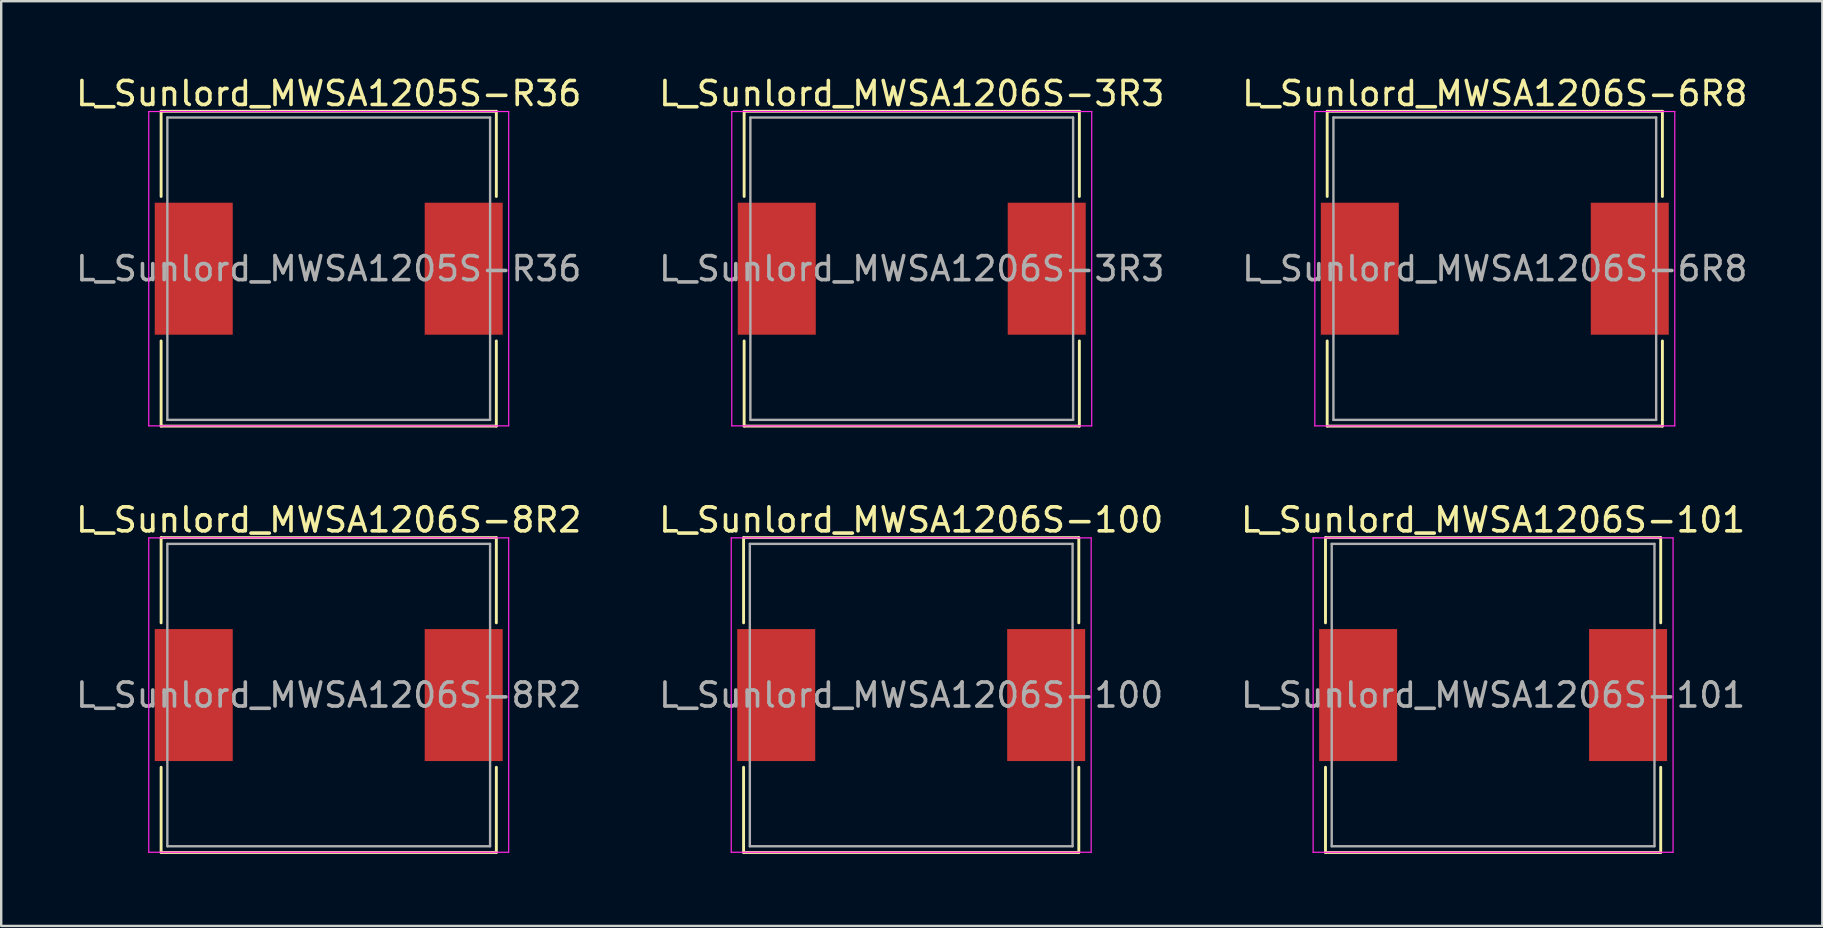
<source format=kicad_pcb>
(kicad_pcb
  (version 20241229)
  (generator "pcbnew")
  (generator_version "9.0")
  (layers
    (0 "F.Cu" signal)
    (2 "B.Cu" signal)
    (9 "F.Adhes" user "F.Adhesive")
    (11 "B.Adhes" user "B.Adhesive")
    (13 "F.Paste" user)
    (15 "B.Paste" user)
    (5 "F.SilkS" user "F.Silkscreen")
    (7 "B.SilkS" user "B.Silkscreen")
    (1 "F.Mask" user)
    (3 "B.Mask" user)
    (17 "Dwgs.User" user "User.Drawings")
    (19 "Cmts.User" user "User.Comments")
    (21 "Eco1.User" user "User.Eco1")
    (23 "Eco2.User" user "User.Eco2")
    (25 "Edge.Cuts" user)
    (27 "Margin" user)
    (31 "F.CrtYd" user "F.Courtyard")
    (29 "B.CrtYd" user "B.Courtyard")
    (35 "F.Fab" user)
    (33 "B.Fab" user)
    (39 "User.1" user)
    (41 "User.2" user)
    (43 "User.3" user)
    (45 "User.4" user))
  (footprint "L_Sunlord_MWSA1206S-3R3"
    (layer "F.Cu")
    (at 34.946 8.148)
    (property "Reference" "L_Sunlord_MWSA1206S-3R3" (at 0 -7.3 0) (layer "F.SilkS") (effects (font (size 1 1) (thickness 0.15))))
    (attr smd)
    (fp_line (start -6.985 -6.56) (end -6.985 -3.01) (stroke (width 0.12) (type solid)) (layer "F.SilkS"))
    (fp_line (start -6.985 -6.56) (end 6.985 -6.56) (stroke (width 0.12) (type solid)) (layer "F.SilkS"))
    (fp_line (start -6.985 6.56) (end -6.985 3.01) (stroke (width 0.12) (type solid)) (layer "F.SilkS"))
    (fp_line (start -6.985 6.56) (end 6.985 6.56) (stroke (width 0.12) (type solid)) (layer "F.SilkS"))
    (fp_line (start 6.985 -6.56) (end 6.985 -3.01) (stroke (width 0.12) (type solid)) (layer "F.SilkS"))
    (fp_line (start 6.985 6.56) (end 6.985 3.01) (stroke (width 0.12) (type solid)) (layer "F.SilkS"))
    (fp_line (start -7.5 -6.55) (end -7.5 6.55) (stroke (width 0.05) (type solid)) (layer "F.CrtYd"))
    (fp_line (start -7.5 6.55) (end 7.5 6.55) (stroke (width 0.05) (type solid)) (layer "F.CrtYd"))
    (fp_line (start 7.5 -6.55) (end -7.5 -6.55) (stroke (width 0.05) (type solid)) (layer "F.CrtYd"))
    (fp_line (start 7.5 6.55) (end 7.5 -6.55) (stroke (width 0.05) (type solid)) (layer "F.CrtYd"))
    (fp_line (start -6.725 -6.3) (end -6.725 6.3) (stroke (width 0.1) (type solid)) (layer "F.Fab"))
    (fp_line (start -6.725 6.3) (end 6.725 6.3) (stroke (width 0.1) (type solid)) (layer "F.Fab"))
    (fp_line (start 6.725 -6.3) (end -6.725 -6.3) (stroke (width 0.1) (type solid)) (layer "F.Fab"))
    (fp_line (start 6.725 6.3) (end 6.725 -6.3) (stroke (width 0.1) (type solid)) (layer "F.Fab"))
    (fp_text user "${REFERENCE}" (at 0 0 0) (layer "F.Fab") (effects (font (size 1 1) (thickness 0.15))))
    (pad "1" smd rect (at -5.625 0) (size 3.25 5.5) (layers "F.Cu" "F.Mask" "F.Paste"))
    (pad "2" smd rect (at 5.625 0) (size 3.25 5.5) (layers "F.Cu" "F.Mask" "F.Paste")))
  (footprint "L_Sunlord_MWSA1206S-6R8"
    (layer "F.Cu")
    (at 59.244 8.148)
    (property "Reference" "L_Sunlord_MWSA1206S-6R8" (at 0 -7.3 0) (layer "F.SilkS") (effects (font (size 1 1) (thickness 0.15))))
    (attr smd)
    (fp_line (start -6.985 -6.56) (end -6.985 -3.01) (stroke (width 0.12) (type solid)) (layer "F.SilkS"))
    (fp_line (start -6.985 -6.56) (end 6.985 -6.56) (stroke (width 0.12) (type solid)) (layer "F.SilkS"))
    (fp_line (start -6.985 6.56) (end -6.985 3.01) (stroke (width 0.12) (type solid)) (layer "F.SilkS"))
    (fp_line (start -6.985 6.56) (end 6.985 6.56) (stroke (width 0.12) (type solid)) (layer "F.SilkS"))
    (fp_line (start 6.985 -6.56) (end 6.985 -3.01) (stroke (width 0.12) (type solid)) (layer "F.SilkS"))
    (fp_line (start 6.985 6.56) (end 6.985 3.01) (stroke (width 0.12) (type solid)) (layer "F.SilkS"))
    (fp_line (start -7.5 -6.55) (end -7.5 6.55) (stroke (width 0.05) (type solid)) (layer "F.CrtYd"))
    (fp_line (start -7.5 6.55) (end 7.5 6.55) (stroke (width 0.05) (type solid)) (layer "F.CrtYd"))
    (fp_line (start 7.5 -6.55) (end -7.5 -6.55) (stroke (width 0.05) (type solid)) (layer "F.CrtYd"))
    (fp_line (start 7.5 6.55) (end 7.5 -6.55) (stroke (width 0.05) (type solid)) (layer "F.CrtYd"))
    (fp_line (start -6.725 -6.3) (end -6.725 6.3) (stroke (width 0.1) (type solid)) (layer "F.Fab"))
    (fp_line (start -6.725 6.3) (end 6.725 6.3) (stroke (width 0.1) (type solid)) (layer "F.Fab"))
    (fp_line (start 6.725 -6.3) (end -6.725 -6.3) (stroke (width 0.1) (type solid)) (layer "F.Fab"))
    (fp_line (start 6.725 6.3) (end 6.725 -6.3) (stroke (width 0.1) (type solid)) (layer "F.Fab"))
    (fp_text user "${REFERENCE}" (at 0 0 0) (layer "F.Fab") (effects (font (size 1 1) (thickness 0.15))))
    (pad "1" smd rect (at -5.625 0) (size 3.25 5.5) (layers "F.Cu" "F.Mask" "F.Paste"))
    (pad "2" smd rect (at 5.625 0) (size 3.25 5.5) (layers "F.Cu" "F.Mask" "F.Paste")))
  (footprint "L_Sunlord_MWSA1206S-101"
    (layer "F.Cu")
    (at 59.173 25.916)
    (property "Reference" "L_Sunlord_MWSA1206S-101" (at 0 -7.3 0) (layer "F.SilkS") (effects (font (size 1 1) (thickness 0.15))))
    (attr smd)
    (fp_line (start -6.985 -6.56) (end -6.985 -3.01) (stroke (width 0.12) (type solid)) (layer "F.SilkS"))
    (fp_line (start -6.985 -6.56) (end 6.985 -6.56) (stroke (width 0.12) (type solid)) (layer "F.SilkS"))
    (fp_line (start -6.985 6.56) (end -6.985 3.01) (stroke (width 0.12) (type solid)) (layer "F.SilkS"))
    (fp_line (start -6.985 6.56) (end 6.985 6.56) (stroke (width 0.12) (type solid)) (layer "F.SilkS"))
    (fp_line (start 6.985 -6.56) (end 6.985 -3.01) (stroke (width 0.12) (type solid)) (layer "F.SilkS"))
    (fp_line (start 6.985 6.56) (end 6.985 3.01) (stroke (width 0.12) (type solid)) (layer "F.SilkS"))
    (fp_line (start -7.5 -6.55) (end -7.5 6.55) (stroke (width 0.05) (type solid)) (layer "F.CrtYd"))
    (fp_line (start -7.5 6.55) (end 7.5 6.55) (stroke (width 0.05) (type solid)) (layer "F.CrtYd"))
    (fp_line (start 7.5 -6.55) (end -7.5 -6.55) (stroke (width 0.05) (type solid)) (layer "F.CrtYd"))
    (fp_line (start 7.5 6.55) (end 7.5 -6.55) (stroke (width 0.05) (type solid)) (layer "F.CrtYd"))
    (fp_line (start -6.725 -6.3) (end -6.725 6.3) (stroke (width 0.1) (type solid)) (layer "F.Fab"))
    (fp_line (start -6.725 6.3) (end 6.725 6.3) (stroke (width 0.1) (type solid)) (layer "F.Fab"))
    (fp_line (start 6.725 -6.3) (end -6.725 -6.3) (stroke (width 0.1) (type solid)) (layer "F.Fab"))
    (fp_line (start 6.725 6.3) (end 6.725 -6.3) (stroke (width 0.1) (type solid)) (layer "F.Fab"))
    (fp_text user "${REFERENCE}" (at 0 0 0) (layer "F.Fab") (effects (font (size 1 1) (thickness 0.15))))
    (pad "1" smd rect (at -5.625 0) (size 3.25 5.5) (layers "F.Cu" "F.Mask" "F.Paste"))
    (pad "2" smd rect (at 5.625 0) (size 3.25 5.5) (layers "F.Cu" "F.Mask" "F.Paste")))
  (footprint "L_Sunlord_MWSA1205S-R36"
    (layer "F.Cu")
    (at 10.649 8.148)
    (property "Reference" "L_Sunlord_MWSA1205S-R36" (at 0 -7.3 0) (layer "F.SilkS") (effects (font (size 1 1) (thickness 0.15))))
    (attr smd)
    (fp_line (start -6.985 -6.56) (end -6.985 -3.01) (stroke (width 0.12) (type solid)) (layer "F.SilkS"))
    (fp_line (start -6.985 -6.56) (end 6.985 -6.56) (stroke (width 0.12) (type solid)) (layer "F.SilkS"))
    (fp_line (start -6.985 6.56) (end -6.985 3.01) (stroke (width 0.12) (type solid)) (layer "F.SilkS"))
    (fp_line (start -6.985 6.56) (end 6.985 6.56) (stroke (width 0.12) (type solid)) (layer "F.SilkS"))
    (fp_line (start 6.985 -6.56) (end 6.985 -3.01) (stroke (width 0.12) (type solid)) (layer "F.SilkS"))
    (fp_line (start 6.985 6.56) (end 6.985 3.01) (stroke (width 0.12) (type solid)) (layer "F.SilkS"))
    (fp_line (start -7.5 -6.55) (end -7.5 6.55) (stroke (width 0.05) (type solid)) (layer "F.CrtYd"))
    (fp_line (start -7.5 6.55) (end 7.5 6.55) (stroke (width 0.05) (type solid)) (layer "F.CrtYd"))
    (fp_line (start 7.5 -6.55) (end -7.5 -6.55) (stroke (width 0.05) (type solid)) (layer "F.CrtYd"))
    (fp_line (start 7.5 6.55) (end 7.5 -6.55) (stroke (width 0.05) (type solid)) (layer "F.CrtYd"))
    (fp_line (start -6.725 -6.3) (end -6.725 6.3) (stroke (width 0.1) (type solid)) (layer "F.Fab"))
    (fp_line (start -6.725 6.3) (end 6.725 6.3) (stroke (width 0.1) (type solid)) (layer "F.Fab"))
    (fp_line (start 6.725 -6.3) (end -6.725 -6.3) (stroke (width 0.1) (type solid)) (layer "F.Fab"))
    (fp_line (start 6.725 6.3) (end 6.725 -6.3) (stroke (width 0.1) (type solid)) (layer "F.Fab"))
    (fp_text user "${REFERENCE}" (at 0 0 0) (layer "F.Fab") (effects (font (size 1 1) (thickness 0.15))))
    (pad "1" smd rect (at -5.625 0) (size 3.25 5.5) (layers "F.Cu" "F.Mask" "F.Paste"))
    (pad "2" smd rect (at 5.625 0) (size 3.25 5.5) (layers "F.Cu" "F.Mask" "F.Paste")))
  (footprint "L_Sunlord_MWSA1206S-100"
    (layer "F.Cu")
    (at 34.923 25.916)
    (property "Reference" "L_Sunlord_MWSA1206S-100" (at 0 -7.3 0) (layer "F.SilkS") (effects (font (size 1 1) (thickness 0.15))))
    (attr smd)
    (fp_line (start -6.985 -6.56) (end -6.985 -3.01) (stroke (width 0.12) (type solid)) (layer "F.SilkS"))
    (fp_line (start -6.985 -6.56) (end 6.985 -6.56) (stroke (width 0.12) (type solid)) (layer "F.SilkS"))
    (fp_line (start -6.985 6.56) (end -6.985 3.01) (stroke (width 0.12) (type solid)) (layer "F.SilkS"))
    (fp_line (start -6.985 6.56) (end 6.985 6.56) (stroke (width 0.12) (type solid)) (layer "F.SilkS"))
    (fp_line (start 6.985 -6.56) (end 6.985 -3.01) (stroke (width 0.12) (type solid)) (layer "F.SilkS"))
    (fp_line (start 6.985 6.56) (end 6.985 3.01) (stroke (width 0.12) (type solid)) (layer "F.SilkS"))
    (fp_line (start -7.5 -6.55) (end -7.5 6.55) (stroke (width 0.05) (type solid)) (layer "F.CrtYd"))
    (fp_line (start -7.5 6.55) (end 7.5 6.55) (stroke (width 0.05) (type solid)) (layer "F.CrtYd"))
    (fp_line (start 7.5 -6.55) (end -7.5 -6.55) (stroke (width 0.05) (type solid)) (layer "F.CrtYd"))
    (fp_line (start 7.5 6.55) (end 7.5 -6.55) (stroke (width 0.05) (type solid)) (layer "F.CrtYd"))
    (fp_line (start -6.725 -6.3) (end -6.725 6.3) (stroke (width 0.1) (type solid)) (layer "F.Fab"))
    (fp_line (start -6.725 6.3) (end 6.725 6.3) (stroke (width 0.1) (type solid)) (layer "F.Fab"))
    (fp_line (start 6.725 -6.3) (end -6.725 -6.3) (stroke (width 0.1) (type solid)) (layer "F.Fab"))
    (fp_line (start 6.725 6.3) (end 6.725 -6.3) (stroke (width 0.1) (type solid)) (layer "F.Fab"))
    (fp_text user "${REFERENCE}" (at 0 0 0) (layer "F.Fab") (effects (font (size 1 1) (thickness 0.15))))
    (pad "1" smd rect (at -5.625 0) (size 3.25 5.5) (layers "F.Cu" "F.Mask" "F.Paste"))
    (pad "2" smd rect (at 5.625 0) (size 3.25 5.5) (layers "F.Cu" "F.Mask" "F.Paste")))
  (footprint "L_Sunlord_MWSA1206S-8R2"
    (layer "F.Cu")
    (at 10.649 25.916)
    (property "Reference" "L_Sunlord_MWSA1206S-8R2" (at 0 -7.3 0) (layer "F.SilkS") (effects (font (size 1 1) (thickness 0.15))))
    (attr smd)
    (fp_line (start -6.985 -6.56) (end -6.985 -3.01) (stroke (width 0.12) (type solid)) (layer "F.SilkS"))
    (fp_line (start -6.985 -6.56) (end 6.985 -6.56) (stroke (width 0.12) (type solid)) (layer "F.SilkS"))
    (fp_line (start -6.985 6.56) (end -6.985 3.01) (stroke (width 0.12) (type solid)) (layer "F.SilkS"))
    (fp_line (start -6.985 6.56) (end 6.985 6.56) (stroke (width 0.12) (type solid)) (layer "F.SilkS"))
    (fp_line (start 6.985 -6.56) (end 6.985 -3.01) (stroke (width 0.12) (type solid)) (layer "F.SilkS"))
    (fp_line (start 6.985 6.56) (end 6.985 3.01) (stroke (width 0.12) (type solid)) (layer "F.SilkS"))
    (fp_line (start -7.5 -6.55) (end -7.5 6.55) (stroke (width 0.05) (type solid)) (layer "F.CrtYd"))
    (fp_line (start -7.5 6.55) (end 7.5 6.55) (stroke (width 0.05) (type solid)) (layer "F.CrtYd"))
    (fp_line (start 7.5 -6.55) (end -7.5 -6.55) (stroke (width 0.05) (type solid)) (layer "F.CrtYd"))
    (fp_line (start 7.5 6.55) (end 7.5 -6.55) (stroke (width 0.05) (type solid)) (layer "F.CrtYd"))
    (fp_line (start -6.725 -6.3) (end -6.725 6.3) (stroke (width 0.1) (type solid)) (layer "F.Fab"))
    (fp_line (start -6.725 6.3) (end 6.725 6.3) (stroke (width 0.1) (type solid)) (layer "F.Fab"))
    (fp_line (start 6.725 -6.3) (end -6.725 -6.3) (stroke (width 0.1) (type solid)) (layer "F.Fab"))
    (fp_line (start 6.725 6.3) (end 6.725 -6.3) (stroke (width 0.1) (type solid)) (layer "F.Fab"))
    (fp_text user "${REFERENCE}" (at 0 0 0) (layer "F.Fab") (effects (font (size 1 1) (thickness 0.15))))
    (pad "1" smd rect (at -5.625 0) (size 3.25 5.5) (layers "F.Cu" "F.Mask" "F.Paste"))
    (pad "2" smd rect (at 5.625 0) (size 3.25 5.5) (layers "F.Cu" "F.Mask" "F.Paste")))
  (gr_rect
    (start -3 -3)
    (end 72.893 35.536)
    (stroke (width 0.1) (type default))
    (fill no)
    (layer "Edge.Cuts")))
</source>
